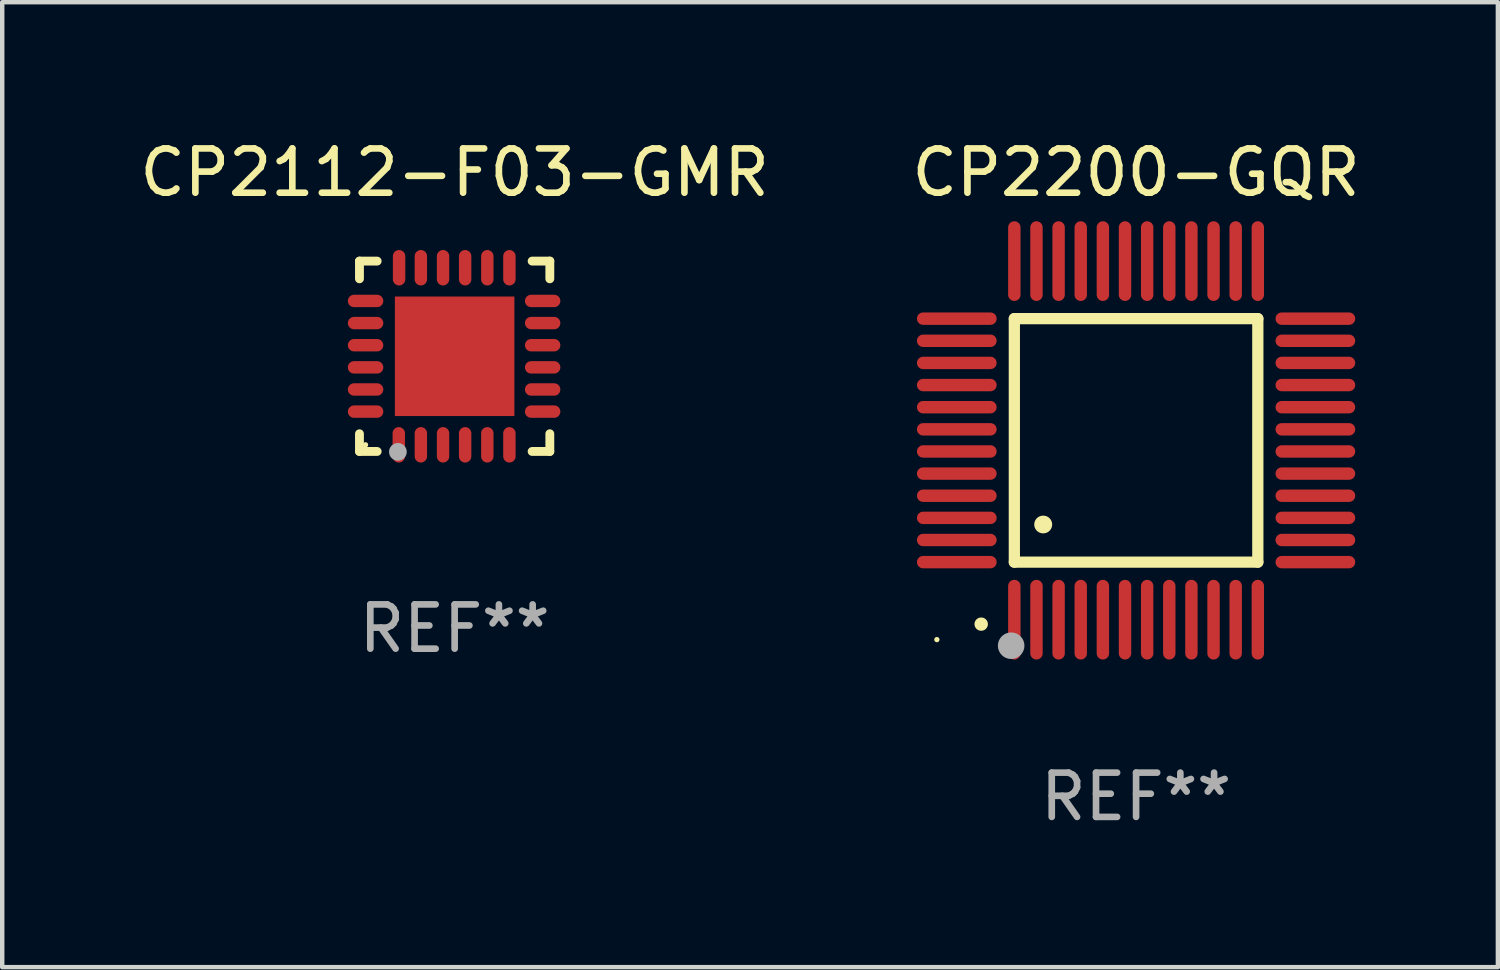
<source format=kicad_pcb>
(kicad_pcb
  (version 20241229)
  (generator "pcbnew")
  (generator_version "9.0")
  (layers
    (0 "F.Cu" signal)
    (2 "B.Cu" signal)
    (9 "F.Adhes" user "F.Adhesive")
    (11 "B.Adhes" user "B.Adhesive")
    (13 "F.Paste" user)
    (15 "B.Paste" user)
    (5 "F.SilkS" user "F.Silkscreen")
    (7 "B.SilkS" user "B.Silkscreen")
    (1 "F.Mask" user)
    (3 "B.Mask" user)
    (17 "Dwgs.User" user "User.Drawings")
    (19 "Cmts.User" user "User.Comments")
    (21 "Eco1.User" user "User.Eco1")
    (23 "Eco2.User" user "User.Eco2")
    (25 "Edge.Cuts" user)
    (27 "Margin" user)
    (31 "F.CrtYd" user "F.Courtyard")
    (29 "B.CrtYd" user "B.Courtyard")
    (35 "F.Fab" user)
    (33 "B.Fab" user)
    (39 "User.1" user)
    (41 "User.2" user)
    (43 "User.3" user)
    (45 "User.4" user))
  (footprint "CP2200-GQR"
    (layer "F.Cu")
    (at 22.613 6.898)
    (property "Reference" "CP2200-GQR" (at 0 -6.05 0) (layer "F.SilkS") (effects (font (size 1 1) (thickness 0.15))))
    (attr through_hole)
    (fp_line (start -2.75 -2.75) (end 2.75 -2.75) (stroke (width 0.254) (type solid)) (layer "F.SilkS"))
    (fp_line (start -2.75 2.75) (end -2.75 -2.75) (stroke (width 0.254) (type solid)) (layer "F.SilkS"))
    (fp_line (start 2.75 -2.75) (end 2.75 2.75) (stroke (width 0.254) (type solid)) (layer "F.SilkS"))
    (fp_line (start 2.75 2.75) (end -2.75 2.75) (stroke (width 0.254) (type solid)) (layer "F.SilkS"))
    (fp_arc (start -3.500127 4.150368) (mid -3.498857 4.150363) (end -3.497587 4.150368) (stroke (width 0.3) (type solid)) (layer "F.SilkS"))
    (fp_arc (start -2.100584 1.899924) (mid -2.098044 1.899908) (end -2.095504 1.899924) (stroke (width 0.4) (type solid)) (layer "F.SilkS"))
    (fp_circle (center -4.5 4.5) (end -4.47 4.5) (stroke (width 0.06) (type solid)) (fill no) (layer "F.SilkS"))
    (fp_circle (center -2.822 4.638) (end -2.672 4.638) (stroke (width 0.3) (type solid)) (fill no) (layer "F.Fab"))
    (fp_text user "REF**" (at 0 8.05 0) (layer "F.Fab") (effects (font (size 1 1) (thickness 0.15))))
    (pad "1" smd oval (at -2.75 4.05) (size 0.28 1.8) (layers "F.Cu" "F.Mask" "F.Paste"))
    (pad "2" smd oval (at -2.25 4.05) (size 0.28 1.8) (layers "F.Cu" "F.Mask" "F.Paste"))
    (pad "3" smd oval (at -1.75 4.05) (size 0.28 1.8) (layers "F.Cu" "F.Mask" "F.Paste"))
    (pad "4" smd oval (at -1.25 4.05) (size 0.28 1.8) (layers "F.Cu" "F.Mask" "F.Paste"))
    (pad "5" smd oval (at -0.75 4.05) (size 0.28 1.8) (layers "F.Cu" "F.Mask" "F.Paste"))
    (pad "6" smd oval (at -0.25 4.05) (size 0.28 1.8) (layers "F.Cu" "F.Mask" "F.Paste"))
    (pad "7" smd oval (at 0.25 4.05) (size 0.28 1.8) (layers "F.Cu" "F.Mask" "F.Paste"))
    (pad "8" smd oval (at 0.75 4.05) (size 0.28 1.8) (layers "F.Cu" "F.Mask" "F.Paste"))
    (pad "9" smd oval (at 1.25 4.05) (size 0.28 1.8) (layers "F.Cu" "F.Mask" "F.Paste"))
    (pad "10" smd oval (at 1.75 4.05) (size 0.28 1.8) (layers "F.Cu" "F.Mask" "F.Paste"))
    (pad "11" smd oval (at 2.25 4.05) (size 0.28 1.8) (layers "F.Cu" "F.Mask" "F.Paste"))
    (pad "12" smd oval (at 2.75 4.05) (size 0.28 1.8) (layers "F.Cu" "F.Mask" "F.Paste"))
    (pad "13" smd oval (at 4.05 2.75) (size 1.8 0.28) (layers "F.Cu" "F.Mask" "F.Paste"))
    (pad "14" smd oval (at 4.05 2.25) (size 1.8 0.28) (layers "F.Cu" "F.Mask" "F.Paste"))
    (pad "15" smd oval (at 4.05 1.75) (size 1.8 0.28) (layers "F.Cu" "F.Mask" "F.Paste"))
    (pad "16" smd oval (at 4.05 1.25) (size 1.8 0.28) (layers "F.Cu" "F.Mask" "F.Paste"))
    (pad "17" smd oval (at 4.05 0.75) (size 1.8 0.28) (layers "F.Cu" "F.Mask" "F.Paste"))
    (pad "18" smd oval (at 4.05 0.25) (size 1.8 0.28) (layers "F.Cu" "F.Mask" "F.Paste"))
    (pad "19" smd oval (at 4.05 -0.25) (size 1.8 0.28) (layers "F.Cu" "F.Mask" "F.Paste"))
    (pad "20" smd oval (at 4.05 -0.75) (size 1.8 0.28) (layers "F.Cu" "F.Mask" "F.Paste"))
    (pad "21" smd oval (at 4.05 -1.25) (size 1.8 0.28) (layers "F.Cu" "F.Mask" "F.Paste"))
    (pad "22" smd oval (at 4.05 -1.75) (size 1.8 0.28) (layers "F.Cu" "F.Mask" "F.Paste"))
    (pad "23" smd oval (at 4.05 -2.25) (size 1.8 0.28) (layers "F.Cu" "F.Mask" "F.Paste"))
    (pad "24" smd oval (at 4.05 -2.75) (size 1.8 0.28) (layers "F.Cu" "F.Mask" "F.Paste"))
    (pad "25" smd oval (at 2.75 -4.05) (size 0.28 1.8) (layers "F.Cu" "F.Mask" "F.Paste"))
    (pad "26" smd oval (at 2.25 -4.05) (size 0.28 1.8) (layers "F.Cu" "F.Mask" "F.Paste"))
    (pad "27" smd oval (at 1.75 -4.05) (size 0.28 1.8) (layers "F.Cu" "F.Mask" "F.Paste"))
    (pad "28" smd oval (at 1.25 -4.05) (size 0.28 1.8) (layers "F.Cu" "F.Mask" "F.Paste"))
    (pad "29" smd oval (at 0.75 -4.05) (size 0.28 1.8) (layers "F.Cu" "F.Mask" "F.Paste"))
    (pad "30" smd oval (at 0.25 -4.05) (size 0.28 1.8) (layers "F.Cu" "F.Mask" "F.Paste"))
    (pad "31" smd oval (at -0.25 -4.05) (size 0.28 1.8) (layers "F.Cu" "F.Mask" "F.Paste"))
    (pad "32" smd oval (at -0.75 -4.05) (size 0.28 1.8) (layers "F.Cu" "F.Mask" "F.Paste"))
    (pad "33" smd oval (at -1.25 -4.05) (size 0.28 1.8) (layers "F.Cu" "F.Mask" "F.Paste"))
    (pad "34" smd oval (at -1.75 -4.05) (size 0.28 1.8) (layers "F.Cu" "F.Mask" "F.Paste"))
    (pad "35" smd oval (at -2.25 -4.05) (size 0.28 1.8) (layers "F.Cu" "F.Mask" "F.Paste"))
    (pad "36" smd oval (at -2.75 -4.05) (size 0.28 1.8) (layers "F.Cu" "F.Mask" "F.Paste"))
    (pad "37" smd oval (at -4.05 -2.75) (size 1.8 0.28) (layers "F.Cu" "F.Mask" "F.Paste"))
    (pad "38" smd oval (at -4.05 -2.25) (size 1.8 0.28) (layers "F.Cu" "F.Mask" "F.Paste"))
    (pad "39" smd oval (at -4.05 -1.75) (size 1.8 0.28) (layers "F.Cu" "F.Mask" "F.Paste"))
    (pad "40" smd oval (at -4.05 -1.25) (size 1.8 0.28) (layers "F.Cu" "F.Mask" "F.Paste"))
    (pad "41" smd oval (at -4.05 -0.75) (size 1.8 0.28) (layers "F.Cu" "F.Mask" "F.Paste"))
    (pad "42" smd oval (at -4.05 -0.25) (size 1.8 0.28) (layers "F.Cu" "F.Mask" "F.Paste"))
    (pad "43" smd oval (at -4.05 0.25) (size 1.8 0.28) (layers "F.Cu" "F.Mask" "F.Paste"))
    (pad "44" smd oval (at -4.05 0.75) (size 1.8 0.28) (layers "F.Cu" "F.Mask" "F.Paste"))
    (pad "45" smd oval (at -4.05 1.25) (size 1.8 0.28) (layers "F.Cu" "F.Mask" "F.Paste"))
    (pad "46" smd oval (at -4.05 1.75) (size 1.8 0.28) (layers "F.Cu" "F.Mask" "F.Paste"))
    (pad "47" smd oval (at -4.05 2.25) (size 1.8 0.28) (layers "F.Cu" "F.Mask" "F.Paste"))
    (pad "48" smd oval (at -4.05 2.75) (size 1.8 0.28) (layers "F.Cu" "F.Mask" "F.Paste")))
  (footprint "CP2112-F03-GMR"
    (layer "F.Cu")
    (at 7.22 4.998)
    (property "Reference" "CP2112-F03-GMR" (at 0 -4.15 0) (layer "F.SilkS") (effects (font (size 1 1) (thickness 0.15))))
    (attr through_hole)
    (fp_line (start -2.15 -2.15) (end -1.75 -2.15) (stroke (width 0.2) (type solid)) (layer "F.SilkS"))
    (fp_line (start -2.15 -1.75) (end -2.15 -2.15) (stroke (width 0.2) (type solid)) (layer "F.SilkS"))
    (fp_line (start -2.15 2.15) (end -2.15 1.75) (stroke (width 0.2) (type solid)) (layer "F.SilkS"))
    (fp_line (start -1.75 2.15) (end -2.15 2.15) (stroke (width 0.2) (type solid)) (layer "F.SilkS"))
    (fp_line (start 2.15 -2.15) (end 1.75 -2.15) (stroke (width 0.2) (type solid)) (layer "F.SilkS"))
    (fp_line (start 2.15 -1.75) (end 2.15 -2.15) (stroke (width 0.2) (type solid)) (layer "F.SilkS"))
    (fp_line (start 2.15 1.75) (end 2.15 2.15) (stroke (width 0.2) (type solid)) (layer "F.SilkS"))
    (fp_line (start 2.15 2.15) (end 1.75 2.15) (stroke (width 0.2) (type solid)) (layer "F.SilkS"))
    (fp_circle (center -2.013 2) (end -1.983 2) (stroke (width 0.06) (type solid)) (fill no) (layer "F.SilkS"))
    (fp_circle (center -1.282 2.159) (end -1.182 2.159) (stroke (width 0.2) (type solid)) (fill no) (layer "F.Fab"))
    (fp_text user "REF**" (at 0 6.15 0) (layer "F.Fab") (effects (font (size 1 1) (thickness 0.15))))
    (pad "1" smd oval (at -1.262 2) (size 0.28 0.8) (layers "F.Cu" "F.Mask" "F.Paste"))
    (pad "2" smd oval (at -0.763 2) (size 0.28 0.8) (layers "F.Cu" "F.Mask" "F.Paste"))
    (pad "3" smd oval (at -0.262 2) (size 0.28 0.8) (layers "F.Cu" "F.Mask" "F.Paste"))
    (pad "4" smd oval (at 0.237 2) (size 0.28 0.8) (layers "F.Cu" "F.Mask" "F.Paste"))
    (pad "5" smd oval (at 0.738 2) (size 0.28 0.8) (layers "F.Cu" "F.Mask" "F.Paste"))
    (pad "6" smd oval (at 1.237 2) (size 0.28 0.8) (layers "F.Cu" "F.Mask" "F.Paste"))
    (pad "7" smd oval (at 1.988 1.25) (size 0.8 0.28) (layers "F.Cu" "F.Mask" "F.Paste"))
    (pad "8" smd oval (at 1.988 0.75) (size 0.8 0.28) (layers "F.Cu" "F.Mask" "F.Paste"))
    (pad "9" smd oval (at 1.988 0.25) (size 0.8 0.28) (layers "F.Cu" "F.Mask" "F.Paste"))
    (pad "10" smd oval (at 1.988 -0.25) (size 0.8 0.28) (layers "F.Cu" "F.Mask" "F.Paste"))
    (pad "11" smd oval (at 1.988 -0.75) (size 0.8 0.28) (layers "F.Cu" "F.Mask" "F.Paste"))
    (pad "12" smd oval (at 1.988 -1.25) (size 0.8 0.28) (layers "F.Cu" "F.Mask" "F.Paste"))
    (pad "13" smd oval (at 1.237 -2) (size 0.28 0.8) (layers "F.Cu" "F.Mask" "F.Paste"))
    (pad "14" smd oval (at 0.738 -2) (size 0.28 0.8) (layers "F.Cu" "F.Mask" "F.Paste"))
    (pad "15" smd oval (at 0.237 -2) (size 0.28 0.8) (layers "F.Cu" "F.Mask" "F.Paste"))
    (pad "16" smd oval (at -0.262 -2) (size 0.28 0.8) (layers "F.Cu" "F.Mask" "F.Paste"))
    (pad "17" smd oval (at -0.763 -2) (size 0.28 0.8) (layers "F.Cu" "F.Mask" "F.Paste"))
    (pad "18" smd oval (at -1.255 -2) (size 0.28 0.8) (layers "F.Cu" "F.Mask" "F.Paste"))
    (pad "19" smd oval (at -2.012 -1.25) (size 0.8 0.28) (layers "F.Cu" "F.Mask" "F.Paste"))
    (pad "20" smd oval (at -2.012 -0.75) (size 0.8 0.28) (layers "F.Cu" "F.Mask" "F.Paste"))
    (pad "21" smd oval (at -2.012 -0.25) (size 0.8 0.28) (layers "F.Cu" "F.Mask" "F.Paste"))
    (pad "22" smd oval (at -2.012 0.25) (size 0.8 0.28) (layers "F.Cu" "F.Mask" "F.Paste"))
    (pad "23" smd oval (at -2.012 0.75) (size 0.8 0.28) (layers "F.Cu" "F.Mask" "F.Paste"))
    (pad "24" smd oval (at -2.012 1.25) (size 0.8 0.28) (layers "F.Cu" "F.Mask" "F.Paste"))
    (pad "25" smd rect (at -0.000013 -0.000025) (size 2.7 2.7) (layers "F.Cu" "F.Mask" "F.Paste")))
  (gr_rect
    (start -3 -3)
    (end 30.786 18.797)
    (stroke (width 0.1) (type default))
    (fill no)
    (layer "Edge.Cuts")))
</source>
